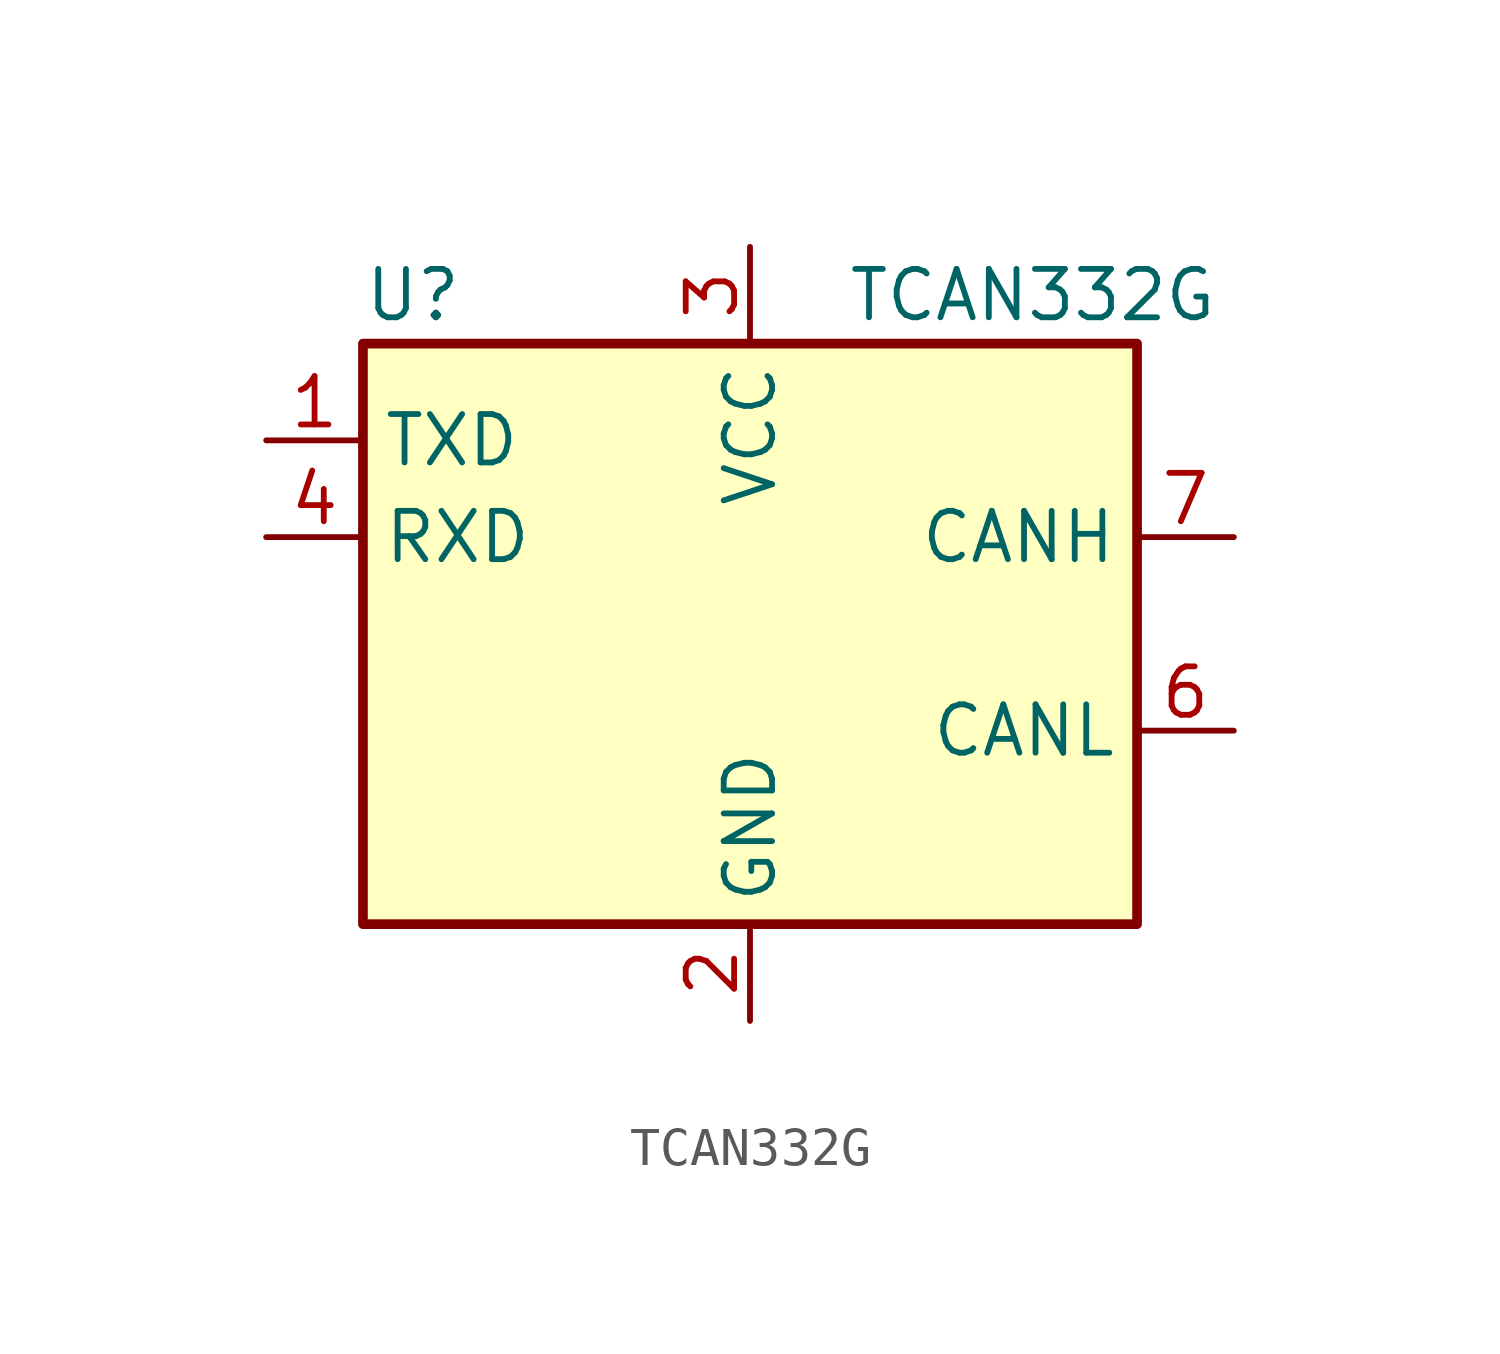
<source format=kicad_sym>
(kicad_symbol_lib
  (version 20231120)
  (generator "kicad_symbol_editor")
  (generator_version "8.0")
  (symbol "TCAN332G"
    (property "Reference" "U"
      (at -10.16 8.89 0)
      (effects (font (size 1.27 1.27)) (justify left)))
    (property "Value" "TCAN332G"
      (at 2.54 8.89 0)
      (effects (font (size 1.27 1.27)) (justify left)))
    (symbol "TCAN332G_0_1"
      (rectangle (start -10.16 7.62) (end 10.16 -7.62) (stroke (width 0.254) (type default)) (fill (type background))))
    (symbol "TCAN332G_1_1"
      (pin input line (at -12.7 5.08 0) (length 2.54) (name "TXD" (effects (font (size 1.27 1.27)))) (number "1" (effects (font (size 1.27 1.27)))))
      (pin power_in line (at 0 -10.16 90) (length 2.54) (name "GND" (effects (font (size 1.27 1.27)))) (number "2" (effects (font (size 1.27 1.27)))))
      (pin power_in line (at 0 10.16 270) (length 2.54) (name "VCC" (effects (font (size 1.27 1.27)))) (number "3" (effects (font (size 1.27 1.27)))))
      (pin tri_state line (at -12.7 2.54 0) (length 2.54) (name "RXD" (effects (font (size 1.27 1.27)))) (number "4" (effects (font (size 1.27 1.27)))))
      (pin no_connect line (at -10.16 -2.54 0) (length 2.54) hide (name "NC" (effects (font (size 1.27 1.27)))) (number "5" (effects (font (size 1.27 1.27)))))
      (pin bidirectional line (at 12.7 -2.54 180) (length 2.54) (name "CANL" (effects (font (size 1.27 1.27)))) (number "6" (effects (font (size 1.27 1.27)))))
      (pin bidirectional line (at 12.7 2.54 180) (length 2.54) (name "CANH" (effects (font (size 1.27 1.27)))) (number "7" (effects (font (size 1.27 1.27)))))
      (pin no_connect line (at -10.16 -5.08 0) (length 2.54) hide (name "NC" (effects (font (size 1.27 1.27)))) (number "8" (effects (font (size 1.27 1.27))))))))
</source>
